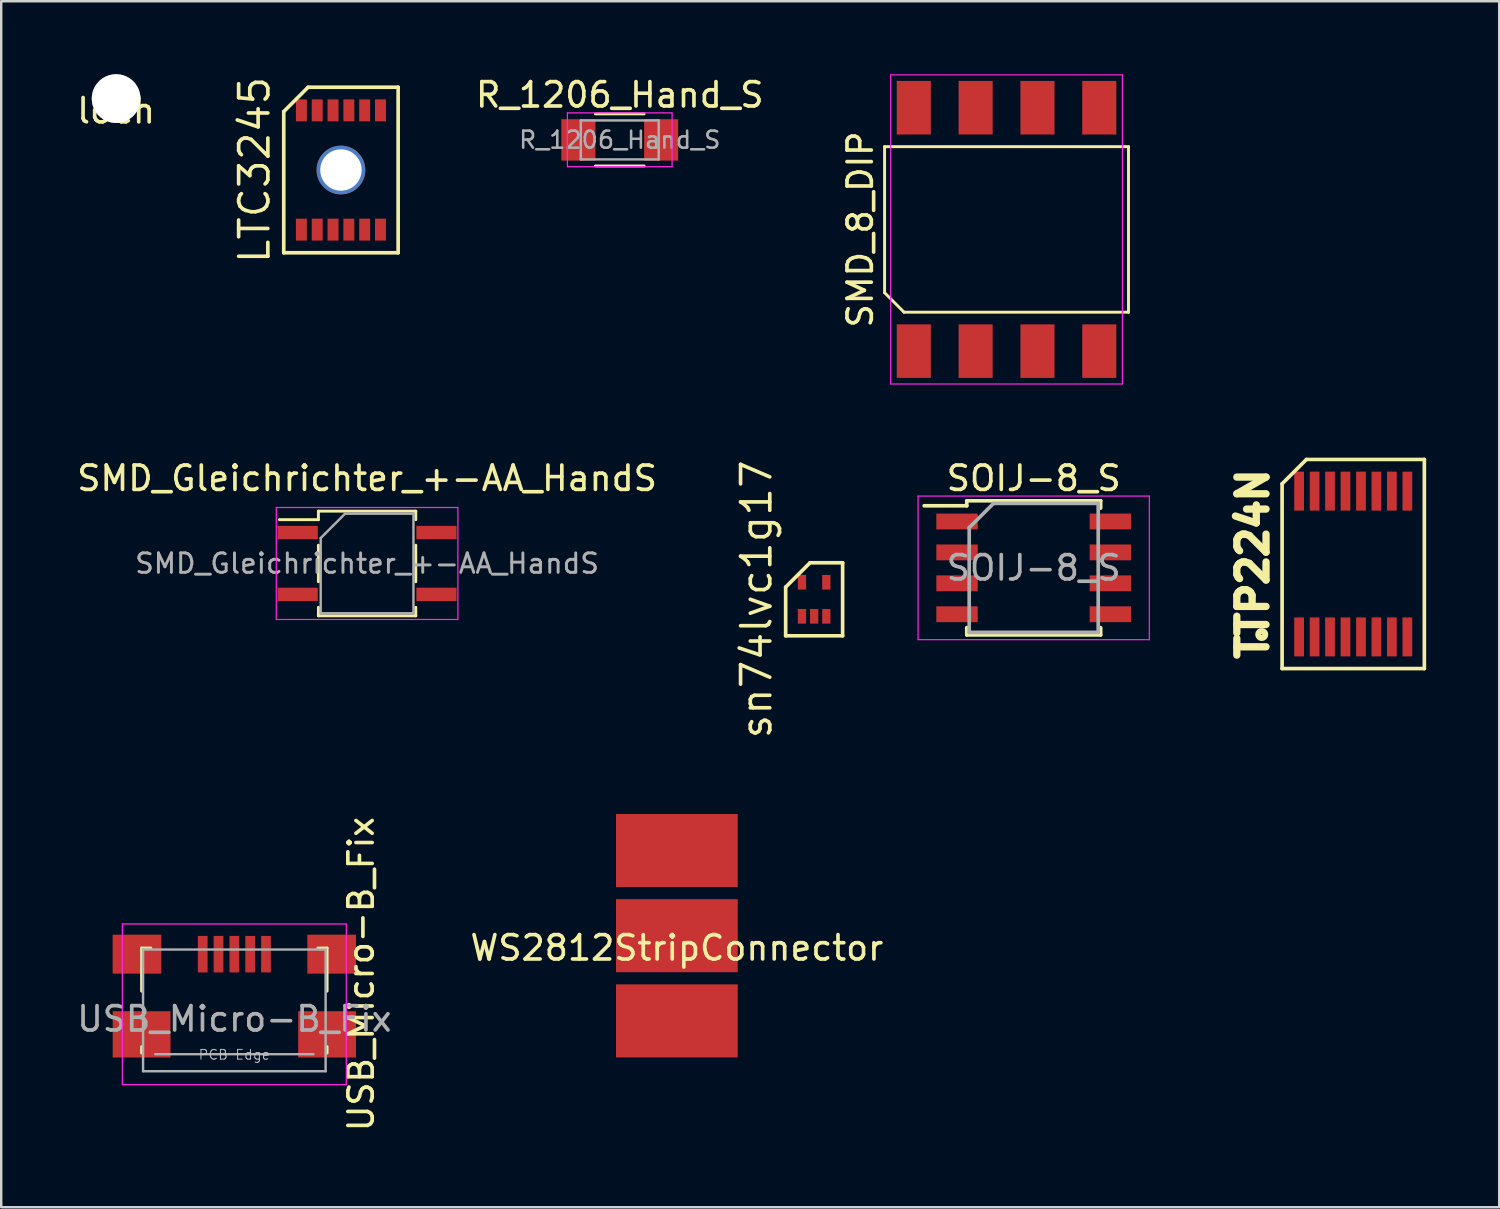
<source format=kicad_pcb>
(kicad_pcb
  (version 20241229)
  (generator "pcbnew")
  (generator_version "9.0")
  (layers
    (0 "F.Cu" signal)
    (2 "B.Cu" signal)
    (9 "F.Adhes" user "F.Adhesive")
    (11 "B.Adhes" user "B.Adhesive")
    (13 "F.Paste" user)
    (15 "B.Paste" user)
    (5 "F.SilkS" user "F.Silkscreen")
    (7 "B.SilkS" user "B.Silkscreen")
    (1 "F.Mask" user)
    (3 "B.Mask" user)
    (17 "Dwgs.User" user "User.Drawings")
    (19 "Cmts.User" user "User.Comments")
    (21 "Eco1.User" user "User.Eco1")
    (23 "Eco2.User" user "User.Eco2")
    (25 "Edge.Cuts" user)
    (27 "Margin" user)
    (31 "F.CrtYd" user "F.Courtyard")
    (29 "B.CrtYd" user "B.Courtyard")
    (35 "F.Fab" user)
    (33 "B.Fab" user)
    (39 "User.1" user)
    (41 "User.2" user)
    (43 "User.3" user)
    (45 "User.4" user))
  (footprint "USB_Micro-B_Fix"
    (layer "F.Cu")
    (at 6.577 38.807)
    (property "Reference" "USB_Micro-B_Fix" (at 5.207 -1.841 270) (layer "F.SilkS") (effects (font (size 1 1) (thickness 0.15))))
    (attr smd)
    (fp_line (start -3.81 -2.91) (end -3.43 -2.91) (stroke (width 0.12) (type solid)) (layer "F.SilkS"))
    (fp_line (start -3.81 -1.14) (end -3.81 -2.91) (stroke (width 0.12) (type solid)) (layer "F.SilkS"))
    (fp_line (start -3.81 1.4) (end -3.81 1.14) (stroke (width 0.12) (type solid)) (layer "F.SilkS"))
    (fp_line (start 3.81 -2.91) (end 3.43 -2.91) (stroke (width 0.12) (type solid)) (layer "F.SilkS"))
    (fp_line (start 3.81 -2.91) (end 3.81 -1.14) (stroke (width 0.12) (type solid)) (layer "F.SilkS"))
    (fp_line (start 3.81 1.14) (end 3.81 1.4) (stroke (width 0.12) (type solid)) (layer "F.SilkS"))
    (fp_line (start -4.6 -3.9) (end 4.6 -3.9) (stroke (width 0.05) (type solid)) (layer "F.CrtYd"))
    (fp_line (start -4.6 2.7) (end -4.6 -3.9) (stroke (width 0.05) (type solid)) (layer "F.CrtYd"))
    (fp_line (start 4.6 -3.9) (end 4.6 2.7) (stroke (width 0.05) (type solid)) (layer "F.CrtYd"))
    (fp_line (start 4.6 2.7) (end -4.6 2.7) (stroke (width 0.05) (type solid)) (layer "F.CrtYd"))
    (fp_line (start -3.75 -2.85) (end 3.75 -2.85) (stroke (width 0.1) (type solid)) (layer "F.Fab"))
    (fp_line (start -3.75 2.15) (end -3.75 -2.85) (stroke (width 0.1) (type solid)) (layer "F.Fab"))
    (fp_line (start -3.25 1.45) (end 3.25 1.45) (stroke (width 0.1) (type solid)) (layer "F.Fab"))
    (fp_line (start 3.75 -2.85) (end 3.75 2.15) (stroke (width 0.1) (type solid)) (layer "F.Fab"))
    (fp_line (start 3.75 2.15) (end -3.75 2.15) (stroke (width 0.1) (type solid)) (layer "F.Fab"))
    (fp_text user "PCB Edge" (at 0 1.47 180) (layer "Dwgs.User") (effects (font (size 0.4 0.4) (thickness 0.04))))
    (fp_text user "${REFERENCE}" (at 0 0 0) (layer "F.Fab") (effects (font (size 1 1) (thickness 0.15))))
    (pad "1" smd rect (at 1.3 -2.66) (size 0.4 1.5) (layers "F.Cu" "F.Mask" "F.Paste"))
    (pad "2" smd rect (at 0.65 -2.66) (size 0.4 1.5) (layers "F.Cu" "F.Mask" "F.Paste"))
    (pad "3" smd rect (at 0 -2.66) (size 0.4 1.5) (layers "F.Cu" "F.Mask" "F.Paste"))
    (pad "4" smd rect (at -0.65 -2.66) (size 0.4 1.5) (layers "F.Cu" "F.Mask" "F.Paste"))
    (pad "5" smd rect (at -1.3 -2.66) (size 0.4 1.5) (layers "F.Cu" "F.Mask" "F.Paste"))
    (pad "6" smd rect (at -4 -2.66) (size 2 1.6) (layers "F.Cu" "F.Mask" "F.Paste"))
    (pad "6" smd rect (at -3.81 0.635) (size 2.375 1.9) (layers "F.Cu" "F.Mask" "F.Paste"))
    (pad "6" smd rect (at 3.81 0.635) (size 2.375 1.9) (layers "F.Cu" "F.Mask" "F.Paste"))
    (pad "6" smd rect (at 4 -2.66) (size 2 1.6) (layers "F.Cu" "F.Mask" "F.Paste")))
  (footprint "LTC3245"
    (layer "F.Cu")
    (at 10.956 3.934)
    (property "Reference" "LTC3245" (at -3.55 0 90) (layer "F.SilkS") (effects (font (size 1.2 1.2) (thickness 0.15))))
    (attr through_hole)
    (fp_line (start -2.35 -2.4) (end -2.35 3.4) (stroke (width 0.15) (type solid)) (layer "F.SilkS"))
    (fp_line (start -2.35 3.4) (end 2.35 3.4) (stroke (width 0.15) (type solid)) (layer "F.SilkS"))
    (fp_line (start -1.35 -3.4) (end -2.35 -2.4) (stroke (width 0.15) (type solid)) (layer "F.SilkS"))
    (fp_line (start 2.35 -3.4) (end -1.35 -3.4) (stroke (width 0.15) (type solid)) (layer "F.SilkS"))
    (fp_line (start 2.35 3.4) (end 2.35 -3.4) (stroke (width 0.15) (type solid)) (layer "F.SilkS"))
    (pad "1" smd rect (at -1.625 2.45) (size 0.45 0.9) (layers "F.Cu" "F.Mask" "F.Paste"))
    (pad "2" smd rect (at -0.975 2.45) (size 0.45 0.9) (layers "F.Cu" "F.Mask" "F.Paste"))
    (pad "3" smd rect (at -0.325 2.45) (size 0.45 0.9) (layers "F.Cu" "F.Mask" "F.Paste"))
    (pad "4" smd rect (at 0.325 2.45) (size 0.45 0.9) (layers "F.Cu" "F.Mask" "F.Paste"))
    (pad "5" smd rect (at 0.975 2.45) (size 0.45 0.9) (layers "F.Cu" "F.Mask" "F.Paste"))
    (pad "6" smd rect (at 1.625 2.45) (size 0.45 0.9) (layers "F.Cu" "F.Mask" "F.Paste"))
    (pad "7" smd rect (at 1.625 -2.45) (size 0.45 0.9) (layers "F.Cu" "F.Mask" "F.Paste"))
    (pad "8" smd rect (at 0.975 -2.45) (size 0.45 0.9) (layers "F.Cu" "F.Mask" "F.Paste"))
    (pad "9" smd rect (at 0.325 -2.45) (size 0.45 0.9) (layers "F.Cu" "F.Mask" "F.Paste"))
    (pad "10" smd rect (at -0.325 -2.45) (size 0.45 0.9) (layers "F.Cu" "F.Mask" "F.Paste"))
    (pad "11" smd rect (at -0.975 -2.45) (size 0.45 0.9) (layers "F.Cu" "F.Mask" "F.Paste"))
    (pad "12" smd rect (at -1.625 -2.45) (size 0.45 0.9) (layers "F.Cu" "F.Mask" "F.Paste"))
    (pad "13" thru_hole circle (at 0 0) (size 2 2) (drill 1.7) (layers "*.Cu" "*.Mask")))
  (footprint "WS2812StripConnector"
    (layer "F.Cu")
    (at 24.756 35.389)
    (property "Reference" "WS2812StripConnector" (at 0 0.5 0) (layer "F.SilkS") (effects (font (size 1 1) (thickness 0.15))))
    (attr through_hole)
    (pad "1" connect rect (at 0 -3.5) (size 5 3) (layers "F.Cu" "F.Mask"))
    (pad "2" connect rect (at 0 0) (size 5 3) (layers "F.Cu" "F.Mask"))
    (pad "3" connect rect (at 0 3.5) (size 5 3) (layers "F.Cu" "F.Mask")))
  (footprint "TTP224N"
    (layer "F.Cu")
    (at 52.541 20.12)
    (property "Reference" "TTP224N" (at -4.122 0 90) (layer "F.SilkS") (effects (font (size 1.2 1.2) (thickness 0.3))))
    (attr through_hole)
    (fp_line (start -2.922 -3.295) (end -2.922 4.295) (stroke (width 0.15) (type solid)) (layer "F.SilkS"))
    (fp_line (start -2.922 4.295) (end 2.922 4.295) (stroke (width 0.15) (type solid)) (layer "F.SilkS"))
    (fp_line (start -1.923 -4.295) (end -2.922 -3.295) (stroke (width 0.15) (type solid)) (layer "F.SilkS"))
    (fp_line (start 2.922 -4.295) (end -1.923 -4.295) (stroke (width 0.15) (type solid)) (layer "F.SilkS"))
    (fp_line (start 2.922 4.295) (end 2.922 -4.295) (stroke (width 0.15) (type solid)) (layer "F.SilkS"))
    (fp_circle (center -3.759 2.896) (end -3.658 2.794) (stroke (width 0.25) (type solid)) (fill no) (layer "F.SilkS"))
    (pad "1" smd rect (at -2.223 2.995) (size 0.4 1.6) (layers "F.Cu" "F.Mask" "F.Paste"))
    (pad "2" smd rect (at -1.587 2.995) (size 0.4 1.6) (layers "F.Cu" "F.Mask" "F.Paste"))
    (pad "3" smd rect (at -0.953 2.995) (size 0.4 1.6) (layers "F.Cu" "F.Mask" "F.Paste"))
    (pad "4" smd rect (at -0.318 2.995) (size 0.4 1.6) (layers "F.Cu" "F.Mask" "F.Paste"))
    (pad "5" smd rect (at 0.318 2.995) (size 0.4 1.6) (layers "F.Cu" "F.Mask" "F.Paste"))
    (pad "6" smd rect (at 0.953 2.995) (size 0.4 1.6) (layers "F.Cu" "F.Mask" "F.Paste"))
    (pad "7" smd rect (at 1.587 2.995) (size 0.4 1.6) (layers "F.Cu" "F.Mask" "F.Paste"))
    (pad "8" smd rect (at 2.223 2.995) (size 0.4 1.6) (layers "F.Cu" "F.Mask" "F.Paste"))
    (pad "9" smd rect (at 2.223 -2.995) (size 0.4 1.6) (layers "F.Cu" "F.Mask" "F.Paste"))
    (pad "10" smd rect (at 1.587 -2.995) (size 0.4 1.6) (layers "F.Cu" "F.Mask" "F.Paste"))
    (pad "11" smd rect (at 0.953 -2.995) (size 0.4 1.6) (layers "F.Cu" "F.Mask" "F.Paste"))
    (pad "12" smd rect (at 0.318 -2.995) (size 0.4 1.6) (layers "F.Cu" "F.Mask" "F.Paste"))
    (pad "13" smd rect (at -0.318 -2.995) (size 0.4 1.6) (layers "F.Cu" "F.Mask" "F.Paste"))
    (pad "14" smd rect (at -0.953 -2.995) (size 0.4 1.6) (layers "F.Cu" "F.Mask" "F.Paste"))
    (pad "15" smd rect (at -1.587 -2.995) (size 0.4 1.6) (layers "F.Cu" "F.Mask" "F.Paste"))
    (pad "16" smd rect (at -2.223 -2.995) (size 0.4 1.6) (layers "F.Cu" "F.Mask" "F.Paste")))
  (footprint "sn74lvc1g17"
    (layer "F.Cu")
    (at 30.395 21.569)
    (property "Reference" "sn74lvc1g17" (at -2.37 0 90) (layer "F.SilkS") (effects (font (size 1.2 1.2) (thickness 0.15))))
    (attr through_hole)
    (fp_line (start -1.17 -0.5) (end -1.17 1.5) (stroke (width 0.15) (type solid)) (layer "F.SilkS"))
    (fp_line (start -1.17 1.5) (end 1.17 1.5) (stroke (width 0.15) (type solid)) (layer "F.SilkS"))
    (fp_line (start -0.17 -1.5) (end -1.17 -0.5) (stroke (width 0.15) (type solid)) (layer "F.SilkS"))
    (fp_line (start 1.17 -1.5) (end -0.17 -1.5) (stroke (width 0.15) (type solid)) (layer "F.SilkS"))
    (fp_line (start 1.17 1.5) (end 1.17 -1.5) (stroke (width 0.15) (type solid)) (layer "F.SilkS"))
    (pad "1" smd rect (at -0.5 0.7) (size 0.34 0.6) (layers "F.Cu" "F.Mask" "F.Paste"))
    (pad "2" smd rect (at 0 0.7) (size 0.34 0.6) (layers "F.Cu" "F.Mask" "F.Paste"))
    (pad "3" smd rect (at 0.5 0.7) (size 0.34 0.6) (layers "F.Cu" "F.Mask" "F.Paste"))
    (pad "4" smd rect (at 0.5 -0.7) (size 0.34 0.6) (layers "F.Cu" "F.Mask" "F.Paste"))
    (pad "5" smd rect (at -0.5 -0.7) (size 0.34 0.6) (layers "F.Cu" "F.Mask" "F.Paste")))
  (footprint "R_1206_Hand_S"
    (layer "F.Cu")
    (at 22.41 2.698)
    (property "Reference" "R_1206_Hand_S" (at 0 -1.85 0) (layer "F.SilkS") (effects (font (size 1 1) (thickness 0.15))))
    (attr smd)
    (fp_line (start -1 -1.07) (end 1 -1.07) (stroke (width 0.12) (type solid)) (layer "F.SilkS"))
    (fp_line (start 1 1.07) (end -1 1.07) (stroke (width 0.12) (type solid)) (layer "F.SilkS"))
    (fp_line (start -2.15 -1.11) (end -2.15 1.1) (stroke (width 0.05) (type solid)) (layer "F.CrtYd"))
    (fp_line (start -2.15 -1.11) (end 2.15 -1.11) (stroke (width 0.05) (type solid)) (layer "F.CrtYd"))
    (fp_line (start 2.15 1.1) (end -2.15 1.1) (stroke (width 0.05) (type solid)) (layer "F.CrtYd"))
    (fp_line (start 2.15 1.1) (end 2.15 -1.11) (stroke (width 0.05) (type solid)) (layer "F.CrtYd"))
    (fp_line (start -1.6 -0.8) (end 1.6 -0.8) (stroke (width 0.1) (type solid)) (layer "F.Fab"))
    (fp_line (start -1.6 0.8) (end -1.6 -0.8) (stroke (width 0.1) (type solid)) (layer "F.Fab"))
    (fp_line (start 1.6 -0.8) (end 1.6 0.8) (stroke (width 0.1) (type solid)) (layer "F.Fab"))
    (fp_line (start 1.6 0.8) (end -1.6 0.8) (stroke (width 0.1) (type solid)) (layer "F.Fab"))
    (fp_text user "${REFERENCE}" (at 0 0 0) (layer "F.Fab") (effects (font (size 0.7 0.7) (thickness 0.105))))
    (pad "1" smd rect (at -1.7 0) (size 1.4 1.7) (layers "F.Cu" "F.Mask" "F.Paste"))
    (pad "2" smd rect (at 1.7 0) (size 1.4 1.7) (layers "F.Cu" "F.Mask" "F.Paste")))
  (footprint "loch"
    (layer "F.Cu")
    (at 1.72 1)
    (property "Reference" "loch" (at 0 0.5 0) (layer "F.SilkS") (effects (font (size 1 1) (thickness 0.15))))
    (attr through_hole)
    (pad "~" thru_hole circle (at 0 0) (size 2 2) (drill 2) (layers "*.Cu" "*.Mask")))
  (footprint "SOIJ-8_S"
    (layer "F.Cu")
    (at 39.415 20.278)
    (property "Reference" "SOIJ-8_S" (at 0 -3.68 0) (layer "F.SilkS") (effects (font (size 1 1) (thickness 0.15))))
    (attr smd)
    (fp_line (start -2.75 -2.755) (end -2.75 -2.55) (stroke (width 0.15) (type solid)) (layer "F.SilkS"))
    (fp_line (start -2.75 -2.755) (end 2.75 -2.755) (stroke (width 0.15) (type solid)) (layer "F.SilkS"))
    (fp_line (start -2.75 -2.55) (end -4.5 -2.55) (stroke (width 0.15) (type solid)) (layer "F.SilkS"))
    (fp_line (start -2.75 2.755) (end -2.75 2.455) (stroke (width 0.15) (type solid)) (layer "F.SilkS"))
    (fp_line (start -2.75 2.755) (end 2.75 2.755) (stroke (width 0.15) (type solid)) (layer "F.SilkS"))
    (fp_line (start 2.75 -2.755) (end 2.75 -2.455) (stroke (width 0.15) (type solid)) (layer "F.SilkS"))
    (fp_line (start 2.75 2.755) (end 2.75 2.455) (stroke (width 0.15) (type solid)) (layer "F.SilkS"))
    (fp_line (start -4.75 -2.95) (end -4.75 2.95) (stroke (width 0.05) (type solid)) (layer "F.CrtYd"))
    (fp_line (start -4.75 -2.95) (end 4.75 -2.95) (stroke (width 0.05) (type solid)) (layer "F.CrtYd"))
    (fp_line (start -4.75 2.95) (end 4.75 2.95) (stroke (width 0.05) (type solid)) (layer "F.CrtYd"))
    (fp_line (start 4.75 -2.95) (end 4.75 2.95) (stroke (width 0.05) (type solid)) (layer "F.CrtYd"))
    (fp_line (start -2.65 -1.65) (end -1.65 -2.65) (stroke (width 0.15) (type solid)) (layer "F.Fab"))
    (fp_line (start -2.65 2.65) (end -2.65 -1.65) (stroke (width 0.15) (type solid)) (layer "F.Fab"))
    (fp_line (start -1.65 -2.65) (end 2.65 -2.65) (stroke (width 0.15) (type solid)) (layer "F.Fab"))
    (fp_line (start 2.65 -2.65) (end 2.65 2.65) (stroke (width 0.15) (type solid)) (layer "F.Fab"))
    (fp_line (start 2.65 2.65) (end -2.65 2.65) (stroke (width 0.15) (type solid)) (layer "F.Fab"))
    (fp_text user "${REFERENCE}" (at 0 0 0) (layer "F.Fab") (effects (font (size 1 1) (thickness 0.15))))
    (pad "1" smd rect (at -3.15 -1.905) (size 1.7 0.65) (layers "F.Cu" "F.Mask" "F.Paste"))
    (pad "2" smd rect (at -3.15 -0.635) (size 1.7 0.65) (layers "F.Cu" "F.Mask" "F.Paste"))
    (pad "3" smd rect (at -3.15 0.635) (size 1.7 0.65) (layers "F.Cu" "F.Mask" "F.Paste"))
    (pad "4" smd rect (at -3.15 1.905) (size 1.7 0.65) (layers "F.Cu" "F.Mask" "F.Paste"))
    (pad "5" smd rect (at 3.15 1.905) (size 1.7 0.65) (layers "F.Cu" "F.Mask" "F.Paste"))
    (pad "6" smd rect (at 3.15 0.635) (size 1.7 0.65) (layers "F.Cu" "F.Mask" "F.Paste"))
    (pad "7" smd rect (at 3.15 -0.635) (size 1.7 0.65) (layers "F.Cu" "F.Mask" "F.Paste"))
    (pad "8" smd rect (at 3.15 -1.905) (size 1.7 0.65) (layers "F.Cu" "F.Mask" "F.Paste")))
  (footprint "SMD_Gleichrichter_+-AA_HandS"
    (layer "F.Cu")
    (at 12.03 20.098)
    (property "Reference" "SMD_Gleichrichter_+-AA_HandS" (at 0 -3.5 0) (layer "F.SilkS") (effects (font (size 1 1) (thickness 0.15))))
    (attr smd)
    (fp_line (start -2 -2.15) (end 2 -2.15) (stroke (width 0.12) (type solid)) (layer "F.SilkS"))
    (fp_line (start -2 -1.8) (end -3.6 -1.8) (stroke (width 0.12) (type solid)) (layer "F.SilkS"))
    (fp_line (start -2 -1.8) (end -2 -2.15) (stroke (width 0.12) (type solid)) (layer "F.SilkS"))
    (fp_line (start -2 0.75) (end -2 -0.75) (stroke (width 0.12) (type solid)) (layer "F.SilkS"))
    (fp_line (start -2 1.8) (end -2 2.15) (stroke (width 0.12) (type solid)) (layer "F.SilkS"))
    (fp_line (start -2 2.15) (end 2 2.15) (stroke (width 0.12) (type solid)) (layer "F.SilkS"))
    (fp_line (start 2 -2.15) (end 2 -1.8) (stroke (width 0.12) (type solid)) (layer "F.SilkS"))
    (fp_line (start 2 0.75) (end 2 -0.75) (stroke (width 0.12) (type solid)) (layer "F.SilkS"))
    (fp_line (start 2 2.15) (end 2 1.8) (stroke (width 0.12) (type solid)) (layer "F.SilkS"))
    (fp_line (start -3.73 -2.3) (end 3.73 -2.3) (stroke (width 0.05) (type solid)) (layer "F.CrtYd"))
    (fp_line (start -3.73 2.3) (end -3.73 -2.3) (stroke (width 0.05) (type solid)) (layer "F.CrtYd"))
    (fp_line (start 3.73 -2.3) (end 3.73 2.3) (stroke (width 0.05) (type solid)) (layer "F.CrtYd"))
    (fp_line (start 3.73 2.3) (end -3.73 2.3) (stroke (width 0.05) (type solid)) (layer "F.CrtYd"))
    (fp_line (start -1.905 -1.044) (end -0.905 -2.045) (stroke (width 0.1) (type solid)) (layer "F.Fab"))
    (fp_line (start -1.905 2.045) (end -1.905 -1.044) (stroke (width 0.1) (type solid)) (layer "F.Fab"))
    (fp_line (start -1.905 2.045) (end 1.905 2.045) (stroke (width 0.1) (type solid)) (layer "F.Fab"))
    (fp_line (start -0.905 -2.045) (end 1.905 -2.045) (stroke (width 0.1) (type solid)) (layer "F.Fab"))
    (fp_line (start 1.905 2.045) (end 1.905 -2.045) (stroke (width 0.1) (type solid)) (layer "F.Fab"))
    (fp_text user "${REFERENCE}" (at 0 0 0) (layer "F.Fab") (effects (font (size 0.8 0.8) (thickness 0.12))))
    (pad "1" smd rect (at -2.85 -1.27) (size 1.65 0.55) (layers "F.Cu" "F.Mask" "F.Paste"))
    (pad "2" smd rect (at -2.85 1.27) (size 1.65 0.55) (layers "F.Cu" "F.Mask" "F.Paste"))
    (pad "3" smd rect (at 2.85 1.27) (size 1.65 0.55) (layers "F.Cu" "F.Mask" "F.Paste"))
    (pad "4" smd rect (at 2.85 -1.27) (size 1.65 0.55) (layers "F.Cu" "F.Mask" "F.Paste")))
  (footprint "SMD_8_DIP"
    (layer "F.Cu")
    (at 38.299 6.375)
    (property "Reference" "SMD_8_DIP" (at -6.01 0 90) (layer "F.SilkS") (effects (font (size 1 1) (thickness 0.15))))
    (attr smd)
    (fp_line (start -5.01 -3.4) (end 5.01 -3.4) (stroke (width 0.12) (type solid)) (layer "F.SilkS"))
    (fp_line (start -5.01 2.6) (end -5.01 -3.4) (stroke (width 0.12) (type solid)) (layer "F.SilkS"))
    (fp_line (start -4.21 3.4) (end -5.01 2.6) (stroke (width 0.12) (type solid)) (layer "F.SilkS"))
    (fp_line (start 5.01 -3.4) (end 5.01 3.4) (stroke (width 0.12) (type solid)) (layer "F.SilkS"))
    (fp_line (start 5.01 3.4) (end -4.21 3.4) (stroke (width 0.12) (type solid)) (layer "F.SilkS"))
    (fp_line (start -4.76 -6.35) (end 4.76 -6.35) (stroke (width 0.05) (type solid)) (layer "F.CrtYd"))
    (fp_line (start -4.76 6.35) (end -4.76 -6.35) (stroke (width 0.05) (type solid)) (layer "F.CrtYd"))
    (fp_line (start 4.76 -6.35) (end 4.76 6.35) (stroke (width 0.05) (type solid)) (layer "F.CrtYd"))
    (fp_line (start 4.76 6.35) (end -4.76 6.35) (stroke (width 0.05) (type solid)) (layer "F.CrtYd"))
    (pad "1" smd rect (at -3.81 5) (size 1.4 2.2) (layers "F.Cu" "F.Mask" "F.Paste"))
    (pad "2" smd rect (at -1.27 5) (size 1.4 2.2) (layers "F.Cu" "F.Mask" "F.Paste"))
    (pad "3" smd rect (at 1.27 5) (size 1.4 2.2) (layers "F.Cu" "F.Mask" "F.Paste"))
    (pad "4" smd rect (at 3.81 5) (size 1.4 2.2) (layers "F.Cu" "F.Mask" "F.Paste"))
    (pad "5" smd rect (at 3.81 -5) (size 1.4 2.2) (layers "F.Cu" "F.Mask" "F.Paste"))
    (pad "6" smd rect (at 1.27 -5) (size 1.4 2.2) (layers "F.Cu" "F.Mask" "F.Paste"))
    (pad "7" smd rect (at -1.27 -5) (size 1.4 2.2) (layers "F.Cu" "F.Mask" "F.Paste"))
    (pad "8" smd rect (at -3.81 -5) (size 1.4 2.2) (layers "F.Cu" "F.Mask" "F.Paste")))
  (gr_rect
    (start -3 -3)
    (end 58.538 46.543)
    (stroke (width 0.1) (type default))
    (fill no)
    (layer "Edge.Cuts")))
</source>
